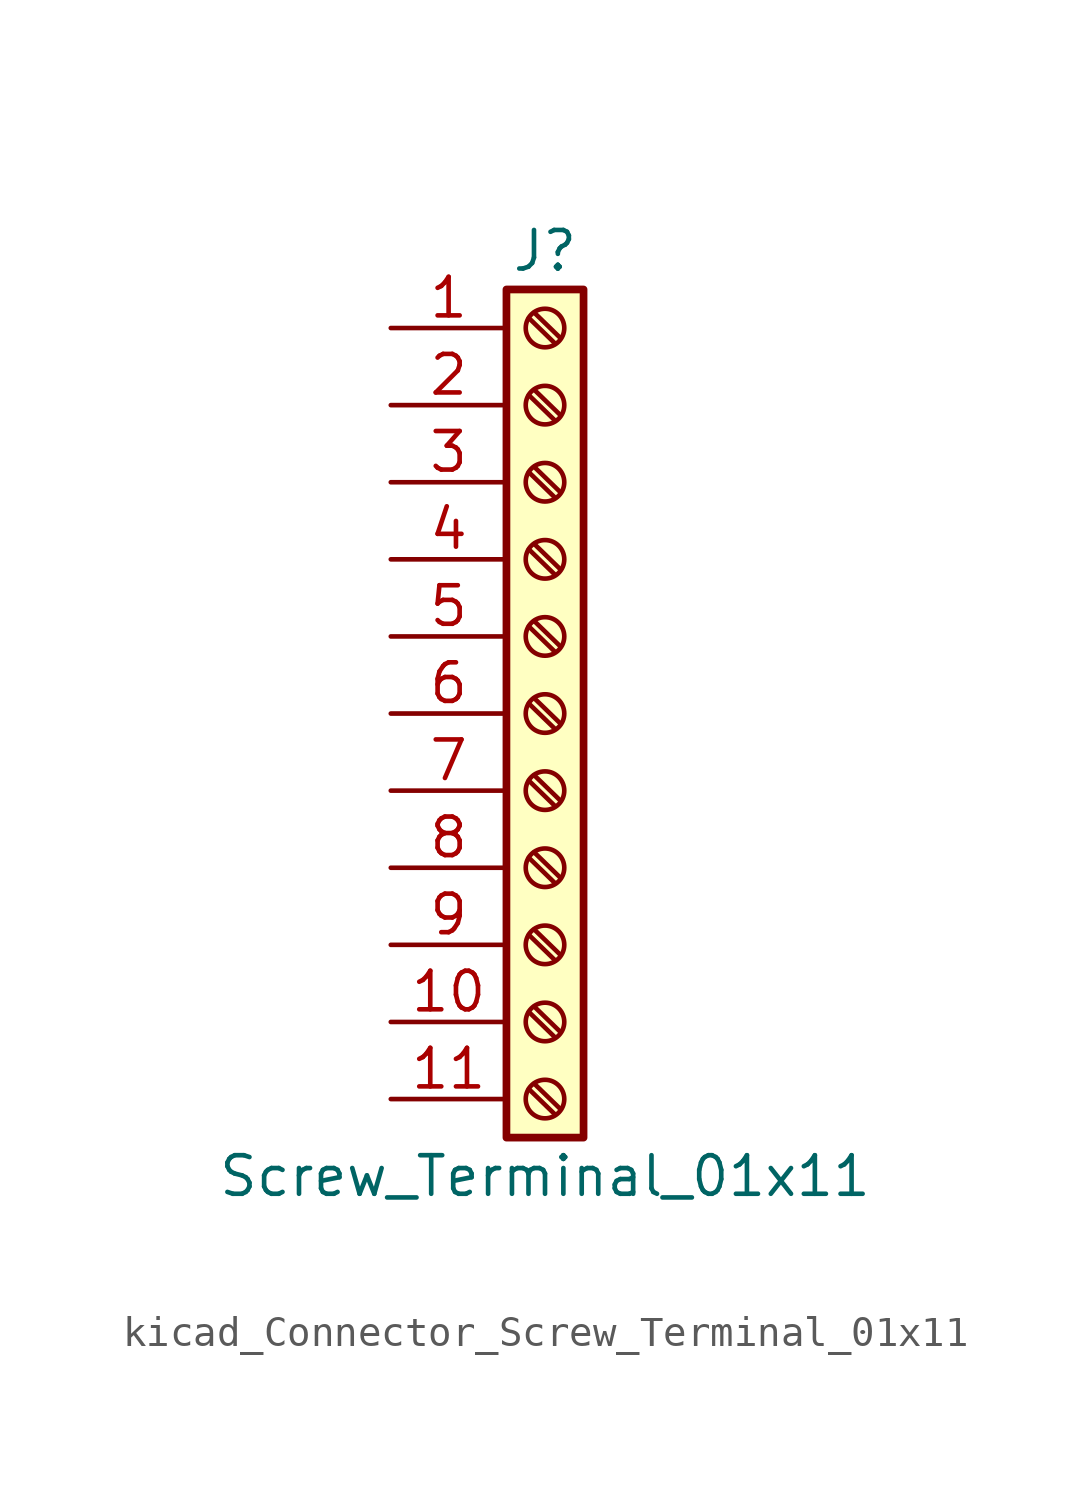
<source format=kicad_sym>
(kicad_symbol_lib
  (version 20220914)
  (generator kicad_symbol_editor)
  (symbol "kicad_Connector_Screw_Terminal_01x11"
    (pin_names
      (offset 1.016) hide)
    (property "Reference" "J"
      (at 0 15.24 0)
      (effects (font (size 1.27 1.27))))
    (property "Value" "Screw_Terminal_01x11"
      (at 0 -15.24 0)
      (effects (font (size 1.27 1.27))))
    (symbol "kicad_Connector_Screw_Terminal_01x11_1_1"
      (rectangle (start -1.27 13.97) (end 1.27 -13.97) (stroke (width 0.254) (type default)) (fill (type background)))
      (circle (center 0 -12.7) (radius 0.635) (stroke (width 0.152) (type default)) (fill (type none)))
      (circle (center 0 -10.16) (radius 0.635) (stroke (width 0.152) (type default)) (fill (type none)))
      (circle (center 0 -7.62) (radius 0.635) (stroke (width 0.152) (type default)) (fill (type none)))
      (circle (center 0 -5.08) (radius 0.635) (stroke (width 0.152) (type default)) (fill (type none)))
      (circle (center 0 -2.54) (radius 0.635) (stroke (width 0.152) (type default)) (fill (type none)))
      (polyline (pts (xy -0.533 -12.37) (xy 0.33 -13.208)) (stroke (width 0.152) (type default)) (fill (type none)))
      (polyline (pts (xy -0.533 -9.83) (xy 0.33 -10.668)) (stroke (width 0.152) (type default)) (fill (type none)))
      (polyline (pts (xy -0.533 -7.29) (xy 0.33 -8.128)) (stroke (width 0.152) (type default)) (fill (type none)))
      (polyline (pts (xy -0.533 -4.75) (xy 0.33 -5.588)) (stroke (width 0.152) (type default)) (fill (type none)))
      (polyline (pts (xy -0.533 -2.21) (xy 0.33 -3.048)) (stroke (width 0.152) (type default)) (fill (type none)))
      (polyline (pts (xy -0.533 0.33) (xy 0.33 -0.508)) (stroke (width 0.152) (type default)) (fill (type none)))
      (polyline (pts (xy -0.533 2.87) (xy 0.33 2.032)) (stroke (width 0.152) (type default)) (fill (type none)))
      (polyline (pts (xy -0.533 5.41) (xy 0.33 4.572)) (stroke (width 0.152) (type default)) (fill (type none)))
      (polyline (pts (xy -0.533 7.95) (xy 0.33 7.112)) (stroke (width 0.152) (type default)) (fill (type none)))
      (polyline (pts (xy -0.533 10.49) (xy 0.33 9.652)) (stroke (width 0.152) (type default)) (fill (type none)))
      (polyline (pts (xy -0.533 13.03) (xy 0.33 12.192)) (stroke (width 0.152) (type default)) (fill (type none)))
      (polyline (pts (xy -0.356 -12.192) (xy 0.508 -13.03)) (stroke (width 0.152) (type default)) (fill (type none)))
      (polyline (pts (xy -0.356 -9.652) (xy 0.508 -10.49)) (stroke (width 0.152) (type default)) (fill (type none)))
      (polyline (pts (xy -0.356 -7.112) (xy 0.508 -7.95)) (stroke (width 0.152) (type default)) (fill (type none)))
      (polyline (pts (xy -0.356 -4.572) (xy 0.508 -5.41)) (stroke (width 0.152) (type default)) (fill (type none)))
      (polyline (pts (xy -0.356 -2.032) (xy 0.508 -2.87)) (stroke (width 0.152) (type default)) (fill (type none)))
      (polyline (pts (xy -0.356 0.508) (xy 0.508 -0.33)) (stroke (width 0.152) (type default)) (fill (type none)))
      (polyline (pts (xy -0.356 3.048) (xy 0.508 2.21)) (stroke (width 0.152) (type default)) (fill (type none)))
      (polyline (pts (xy -0.356 5.588) (xy 0.508 4.75)) (stroke (width 0.152) (type default)) (fill (type none)))
      (polyline (pts (xy -0.356 8.128) (xy 0.508 7.29)) (stroke (width 0.152) (type default)) (fill (type none)))
      (polyline (pts (xy -0.356 10.668) (xy 0.508 9.83)) (stroke (width 0.152) (type default)) (fill (type none)))
      (polyline (pts (xy -0.356 13.208) (xy 0.508 12.37)) (stroke (width 0.152) (type default)) (fill (type none)))
      (circle (center 0 0) (radius 0.635) (stroke (width 0.152) (type default)) (fill (type none)))
      (circle (center 0 2.54) (radius 0.635) (stroke (width 0.152) (type default)) (fill (type none)))
      (circle (center 0 5.08) (radius 0.635) (stroke (width 0.152) (type default)) (fill (type none)))
      (circle (center 0 7.62) (radius 0.635) (stroke (width 0.152) (type default)) (fill (type none)))
      (circle (center 0 10.16) (radius 0.635) (stroke (width 0.152) (type default)) (fill (type none)))
      (circle (center 0 12.7) (radius 0.635) (stroke (width 0.152) (type default)) (fill (type none)))
      (pin passive line (at -5.08 12.7 0) (length 3.81) (name "Pin_1" (effects (font (size 1.27 1.27)))) (number "1" (effects (font (size 1.27 1.27)))))
      (pin passive line (at -5.08 -10.16 0) (length 3.81) (name "Pin_10" (effects (font (size 1.27 1.27)))) (number "10" (effects (font (size 1.27 1.27)))))
      (pin passive line (at -5.08 -12.7 0) (length 3.81) (name "Pin_11" (effects (font (size 1.27 1.27)))) (number "11" (effects (font (size 1.27 1.27)))))
      (pin passive line (at -5.08 10.16 0) (length 3.81) (name "Pin_2" (effects (font (size 1.27 1.27)))) (number "2" (effects (font (size 1.27 1.27)))))
      (pin passive line (at -5.08 7.62 0) (length 3.81) (name "Pin_3" (effects (font (size 1.27 1.27)))) (number "3" (effects (font (size 1.27 1.27)))))
      (pin passive line (at -5.08 5.08 0) (length 3.81) (name "Pin_4" (effects (font (size 1.27 1.27)))) (number "4" (effects (font (size 1.27 1.27)))))
      (pin passive line (at -5.08 2.54 0) (length 3.81) (name "Pin_5" (effects (font (size 1.27 1.27)))) (number "5" (effects (font (size 1.27 1.27)))))
      (pin passive line (at -5.08 0 0) (length 3.81) (name "Pin_6" (effects (font (size 1.27 1.27)))) (number "6" (effects (font (size 1.27 1.27)))))
      (pin passive line (at -5.08 -2.54 0) (length 3.81) (name "Pin_7" (effects (font (size 1.27 1.27)))) (number "7" (effects (font (size 1.27 1.27)))))
      (pin passive line (at -5.08 -5.08 0) (length 3.81) (name "Pin_8" (effects (font (size 1.27 1.27)))) (number "8" (effects (font (size 1.27 1.27)))))
      (pin passive line (at -5.08 -7.62 0) (length 3.81) (name "Pin_9" (effects (font (size 1.27 1.27)))) (number "9" (effects (font (size 1.27 1.27))))))))
</source>
